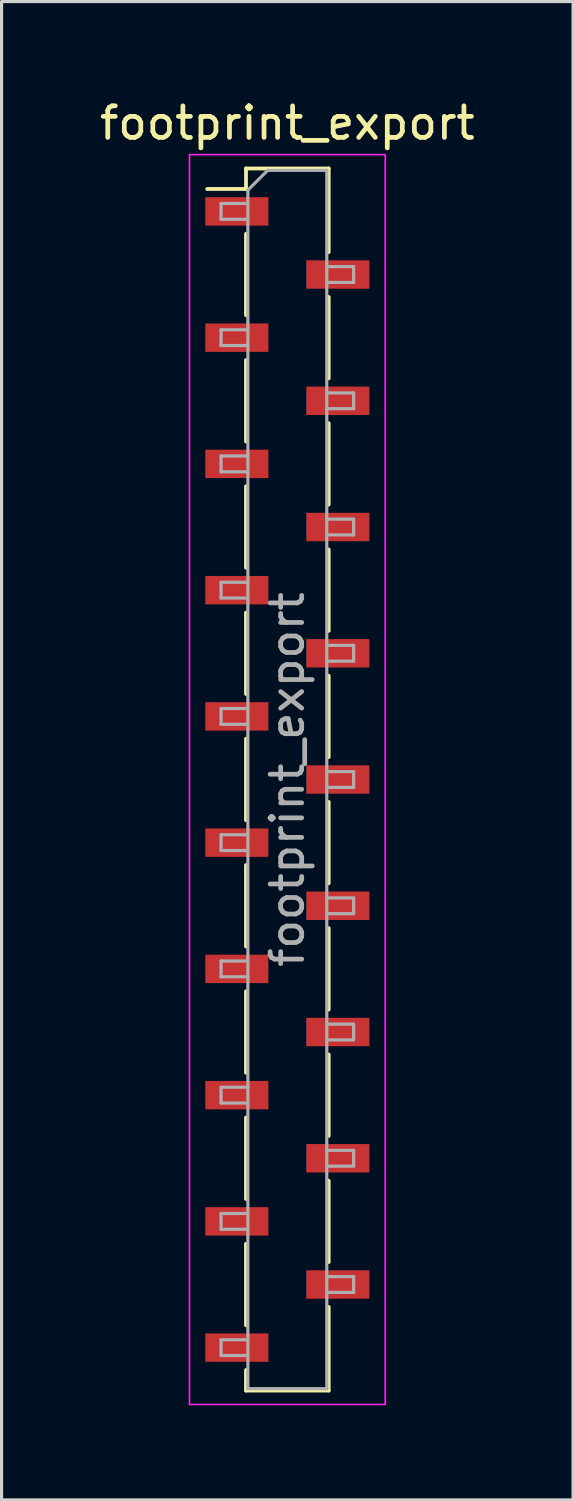
<source format=kicad_pcb>
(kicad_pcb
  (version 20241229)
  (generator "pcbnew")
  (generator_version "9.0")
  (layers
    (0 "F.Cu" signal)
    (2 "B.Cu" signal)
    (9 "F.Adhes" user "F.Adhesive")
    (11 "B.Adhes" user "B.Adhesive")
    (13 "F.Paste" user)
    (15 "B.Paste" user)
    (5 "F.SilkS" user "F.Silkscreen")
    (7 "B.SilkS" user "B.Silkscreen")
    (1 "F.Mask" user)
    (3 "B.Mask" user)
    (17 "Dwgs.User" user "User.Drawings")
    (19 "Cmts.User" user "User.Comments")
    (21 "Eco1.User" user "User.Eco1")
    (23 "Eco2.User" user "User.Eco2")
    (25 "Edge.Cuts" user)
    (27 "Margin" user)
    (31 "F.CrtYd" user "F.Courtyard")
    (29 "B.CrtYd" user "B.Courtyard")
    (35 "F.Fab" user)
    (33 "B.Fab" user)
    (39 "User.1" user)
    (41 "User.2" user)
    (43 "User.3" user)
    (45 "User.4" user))
  (footprint "footprint_export"
    (layer "F.Cu")
    (at 6.054 21.648)
    (property "Reference" "footprint_export" (at 0 -20.8 0) (layer "F.SilkS") (effects (font (size 1 1) (thickness 0.15))))
    (attr smd)
    (fp_line (start -2.54 -18.71) (end -1.31 -18.71) (stroke (width 0.12) (type solid)) (layer "F.SilkS"))
    (fp_line (start -1.31 -19.36) (end -1.31 -18.71) (stroke (width 0.12) (type solid)) (layer "F.SilkS"))
    (fp_line (start -1.31 -19.36) (end 1.31 -19.36) (stroke (width 0.12) (type solid)) (layer "F.SilkS"))
    (fp_line (start -1.31 -17.29) (end -1.31 -14.71) (stroke (width 0.12) (type solid)) (layer "F.SilkS"))
    (fp_line (start -1.31 -13.29) (end -1.31 -10.71) (stroke (width 0.12) (type solid)) (layer "F.SilkS"))
    (fp_line (start -1.31 -9.29) (end -1.31 -6.71) (stroke (width 0.12) (type solid)) (layer "F.SilkS"))
    (fp_line (start -1.31 -5.29) (end -1.31 -2.71) (stroke (width 0.12) (type solid)) (layer "F.SilkS"))
    (fp_line (start -1.31 -1.29) (end -1.31 1.29) (stroke (width 0.12) (type solid)) (layer "F.SilkS"))
    (fp_line (start -1.31 2.71) (end -1.31 5.29) (stroke (width 0.12) (type solid)) (layer "F.SilkS"))
    (fp_line (start -1.31 6.71) (end -1.31 9.29) (stroke (width 0.12) (type solid)) (layer "F.SilkS"))
    (fp_line (start -1.31 10.71) (end -1.31 13.29) (stroke (width 0.12) (type solid)) (layer "F.SilkS"))
    (fp_line (start -1.31 14.71) (end -1.31 17.29) (stroke (width 0.12) (type solid)) (layer "F.SilkS"))
    (fp_line (start -1.31 18.71) (end -1.31 19.36) (stroke (width 0.12) (type solid)) (layer "F.SilkS"))
    (fp_line (start -1.31 19.36) (end 1.31 19.36) (stroke (width 0.12) (type solid)) (layer "F.SilkS"))
    (fp_line (start 1.31 -19.36) (end 1.31 -16.71) (stroke (width 0.12) (type solid)) (layer "F.SilkS"))
    (fp_line (start 1.31 -15.29) (end 1.31 -12.71) (stroke (width 0.12) (type solid)) (layer "F.SilkS"))
    (fp_line (start 1.31 -11.29) (end 1.31 -8.71) (stroke (width 0.12) (type solid)) (layer "F.SilkS"))
    (fp_line (start 1.31 -7.29) (end 1.31 -4.71) (stroke (width 0.12) (type solid)) (layer "F.SilkS"))
    (fp_line (start 1.31 -3.29) (end 1.31 -0.71) (stroke (width 0.12) (type solid)) (layer "F.SilkS"))
    (fp_line (start 1.31 0.71) (end 1.31 3.29) (stroke (width 0.12) (type solid)) (layer "F.SilkS"))
    (fp_line (start 1.31 4.71) (end 1.31 7.29) (stroke (width 0.12) (type solid)) (layer "F.SilkS"))
    (fp_line (start 1.31 8.71) (end 1.31 11.29) (stroke (width 0.12) (type solid)) (layer "F.SilkS"))
    (fp_line (start 1.31 12.71) (end 1.31 15.29) (stroke (width 0.12) (type solid)) (layer "F.SilkS"))
    (fp_line (start 1.31 16.71) (end 1.31 19.36) (stroke (width 0.12) (type solid)) (layer "F.SilkS"))
    (fp_line (start -3.1 -19.8) (end 3.1 -19.8) (stroke (width 0.05) (type solid)) (layer "F.CrtYd"))
    (fp_line (start -3.1 19.8) (end -3.1 -19.8) (stroke (width 0.05) (type solid)) (layer "F.CrtYd"))
    (fp_line (start 3.1 -19.8) (end 3.1 19.8) (stroke (width 0.05) (type solid)) (layer "F.CrtYd"))
    (fp_line (start 3.1 19.8) (end -3.1 19.8) (stroke (width 0.05) (type solid)) (layer "F.CrtYd"))
    (fp_line (start -2.1 -18.25) (end -1.25 -18.25) (stroke (width 0.1) (type solid)) (layer "F.Fab"))
    (fp_line (start -2.1 -17.75) (end -2.1 -18.25) (stroke (width 0.1) (type solid)) (layer "F.Fab"))
    (fp_line (start -2.1 -14.25) (end -1.25 -14.25) (stroke (width 0.1) (type solid)) (layer "F.Fab"))
    (fp_line (start -2.1 -13.75) (end -2.1 -14.25) (stroke (width 0.1) (type solid)) (layer "F.Fab"))
    (fp_line (start -2.1 -10.25) (end -1.25 -10.25) (stroke (width 0.1) (type solid)) (layer "F.Fab"))
    (fp_line (start -2.1 -9.75) (end -2.1 -10.25) (stroke (width 0.1) (type solid)) (layer "F.Fab"))
    (fp_line (start -2.1 -6.25) (end -1.25 -6.25) (stroke (width 0.1) (type solid)) (layer "F.Fab"))
    (fp_line (start -2.1 -5.75) (end -2.1 -6.25) (stroke (width 0.1) (type solid)) (layer "F.Fab"))
    (fp_line (start -2.1 -2.25) (end -1.25 -2.25) (stroke (width 0.1) (type solid)) (layer "F.Fab"))
    (fp_line (start -2.1 -1.75) (end -2.1 -2.25) (stroke (width 0.1) (type solid)) (layer "F.Fab"))
    (fp_line (start -2.1 1.75) (end -1.25 1.75) (stroke (width 0.1) (type solid)) (layer "F.Fab"))
    (fp_line (start -2.1 2.25) (end -2.1 1.75) (stroke (width 0.1) (type solid)) (layer "F.Fab"))
    (fp_line (start -2.1 5.75) (end -1.25 5.75) (stroke (width 0.1) (type solid)) (layer "F.Fab"))
    (fp_line (start -2.1 6.25) (end -2.1 5.75) (stroke (width 0.1) (type solid)) (layer "F.Fab"))
    (fp_line (start -2.1 9.75) (end -1.25 9.75) (stroke (width 0.1) (type solid)) (layer "F.Fab"))
    (fp_line (start -2.1 10.25) (end -2.1 9.75) (stroke (width 0.1) (type solid)) (layer "F.Fab"))
    (fp_line (start -2.1 13.75) (end -1.25 13.75) (stroke (width 0.1) (type solid)) (layer "F.Fab"))
    (fp_line (start -2.1 14.25) (end -2.1 13.75) (stroke (width 0.1) (type solid)) (layer "F.Fab"))
    (fp_line (start -2.1 17.75) (end -1.25 17.75) (stroke (width 0.1) (type solid)) (layer "F.Fab"))
    (fp_line (start -2.1 18.25) (end -2.1 17.75) (stroke (width 0.1) (type solid)) (layer "F.Fab"))
    (fp_line (start -1.25 -18.675) (end -0.625 -19.3) (stroke (width 0.1) (type solid)) (layer "F.Fab"))
    (fp_line (start -1.25 -17.75) (end -2.1 -17.75) (stroke (width 0.1) (type solid)) (layer "F.Fab"))
    (fp_line (start -1.25 -13.75) (end -2.1 -13.75) (stroke (width 0.1) (type solid)) (layer "F.Fab"))
    (fp_line (start -1.25 -9.75) (end -2.1 -9.75) (stroke (width 0.1) (type solid)) (layer "F.Fab"))
    (fp_line (start -1.25 -5.75) (end -2.1 -5.75) (stroke (width 0.1) (type solid)) (layer "F.Fab"))
    (fp_line (start -1.25 -1.75) (end -2.1 -1.75) (stroke (width 0.1) (type solid)) (layer "F.Fab"))
    (fp_line (start -1.25 2.25) (end -2.1 2.25) (stroke (width 0.1) (type solid)) (layer "F.Fab"))
    (fp_line (start -1.25 6.25) (end -2.1 6.25) (stroke (width 0.1) (type solid)) (layer "F.Fab"))
    (fp_line (start -1.25 10.25) (end -2.1 10.25) (stroke (width 0.1) (type solid)) (layer "F.Fab"))
    (fp_line (start -1.25 14.25) (end -2.1 14.25) (stroke (width 0.1) (type solid)) (layer "F.Fab"))
    (fp_line (start -1.25 18.25) (end -2.1 18.25) (stroke (width 0.1) (type solid)) (layer "F.Fab"))
    (fp_line (start -1.25 19.3) (end -1.25 -18.675) (stroke (width 0.1) (type solid)) (layer "F.Fab"))
    (fp_line (start -0.625 -19.3) (end 1.25 -19.3) (stroke (width 0.1) (type solid)) (layer "F.Fab"))
    (fp_line (start 1.25 -19.3) (end 1.25 19.3) (stroke (width 0.1) (type solid)) (layer "F.Fab"))
    (fp_line (start 1.25 -16.25) (end 2.1 -16.25) (stroke (width 0.1) (type solid)) (layer "F.Fab"))
    (fp_line (start 1.25 -12.25) (end 2.1 -12.25) (stroke (width 0.1) (type solid)) (layer "F.Fab"))
    (fp_line (start 1.25 -8.25) (end 2.1 -8.25) (stroke (width 0.1) (type solid)) (layer "F.Fab"))
    (fp_line (start 1.25 -4.25) (end 2.1 -4.25) (stroke (width 0.1) (type solid)) (layer "F.Fab"))
    (fp_line (start 1.25 -0.25) (end 2.1 -0.25) (stroke (width 0.1) (type solid)) (layer "F.Fab"))
    (fp_line (start 1.25 3.75) (end 2.1 3.75) (stroke (width 0.1) (type solid)) (layer "F.Fab"))
    (fp_line (start 1.25 7.75) (end 2.1 7.75) (stroke (width 0.1) (type solid)) (layer "F.Fab"))
    (fp_line (start 1.25 11.75) (end 2.1 11.75) (stroke (width 0.1) (type solid)) (layer "F.Fab"))
    (fp_line (start 1.25 15.75) (end 2.1 15.75) (stroke (width 0.1) (type solid)) (layer "F.Fab"))
    (fp_line (start 1.25 19.3) (end -1.25 19.3) (stroke (width 0.1) (type solid)) (layer "F.Fab"))
    (fp_line (start 2.1 -16.25) (end 2.1 -15.75) (stroke (width 0.1) (type solid)) (layer "F.Fab"))
    (fp_line (start 2.1 -15.75) (end 1.25 -15.75) (stroke (width 0.1) (type solid)) (layer "F.Fab"))
    (fp_line (start 2.1 -12.25) (end 2.1 -11.75) (stroke (width 0.1) (type solid)) (layer "F.Fab"))
    (fp_line (start 2.1 -11.75) (end 1.25 -11.75) (stroke (width 0.1) (type solid)) (layer "F.Fab"))
    (fp_line (start 2.1 -8.25) (end 2.1 -7.75) (stroke (width 0.1) (type solid)) (layer "F.Fab"))
    (fp_line (start 2.1 -7.75) (end 1.25 -7.75) (stroke (width 0.1) (type solid)) (layer "F.Fab"))
    (fp_line (start 2.1 -4.25) (end 2.1 -3.75) (stroke (width 0.1) (type solid)) (layer "F.Fab"))
    (fp_line (start 2.1 -3.75) (end 1.25 -3.75) (stroke (width 0.1) (type solid)) (layer "F.Fab"))
    (fp_line (start 2.1 -0.25) (end 2.1 0.25) (stroke (width 0.1) (type solid)) (layer "F.Fab"))
    (fp_line (start 2.1 0.25) (end 1.25 0.25) (stroke (width 0.1) (type solid)) (layer "F.Fab"))
    (fp_line (start 2.1 3.75) (end 2.1 4.25) (stroke (width 0.1) (type solid)) (layer "F.Fab"))
    (fp_line (start 2.1 4.25) (end 1.25 4.25) (stroke (width 0.1) (type solid)) (layer "F.Fab"))
    (fp_line (start 2.1 7.75) (end 2.1 8.25) (stroke (width 0.1) (type solid)) (layer "F.Fab"))
    (fp_line (start 2.1 8.25) (end 1.25 8.25) (stroke (width 0.1) (type solid)) (layer "F.Fab"))
    (fp_line (start 2.1 11.75) (end 2.1 12.25) (stroke (width 0.1) (type solid)) (layer "F.Fab"))
    (fp_line (start 2.1 12.25) (end 1.25 12.25) (stroke (width 0.1) (type solid)) (layer "F.Fab"))
    (fp_line (start 2.1 15.75) (end 2.1 16.25) (stroke (width 0.1) (type solid)) (layer "F.Fab"))
    (fp_line (start 2.1 16.25) (end 1.25 16.25) (stroke (width 0.1) (type solid)) (layer "F.Fab"))
    (fp_text user "${REFERENCE}" (at 0 0 90) (layer "F.Fab") (effects (font (size 1 1) (thickness 0.15))))
    (pad "1" smd rect (at -1.6 -18) (size 2 0.9) (layers "F.Cu" "F.Mask" "F.Paste"))
    (pad "2" smd rect (at 1.6 -16) (size 2 0.9) (layers "F.Cu" "F.Mask" "F.Paste"))
    (pad "3" smd rect (at -1.6 -14) (size 2 0.9) (layers "F.Cu" "F.Mask" "F.Paste"))
    (pad "4" smd rect (at 1.6 -12) (size 2 0.9) (layers "F.Cu" "F.Mask" "F.Paste"))
    (pad "5" smd rect (at -1.6 -10) (size 2 0.9) (layers "F.Cu" "F.Mask" "F.Paste"))
    (pad "6" smd rect (at 1.6 -8) (size 2 0.9) (layers "F.Cu" "F.Mask" "F.Paste"))
    (pad "7" smd rect (at -1.6 -6) (size 2 0.9) (layers "F.Cu" "F.Mask" "F.Paste"))
    (pad "8" smd rect (at 1.6 -4) (size 2 0.9) (layers "F.Cu" "F.Mask" "F.Paste"))
    (pad "9" smd rect (at -1.6 -2) (size 2 0.9) (layers "F.Cu" "F.Mask" "F.Paste"))
    (pad "10" smd rect (at 1.6 0) (size 2 0.9) (layers "F.Cu" "F.Mask" "F.Paste"))
    (pad "11" smd rect (at -1.6 2) (size 2 0.9) (layers "F.Cu" "F.Mask" "F.Paste"))
    (pad "12" smd rect (at 1.6 4) (size 2 0.9) (layers "F.Cu" "F.Mask" "F.Paste"))
    (pad "13" smd rect (at -1.6 6) (size 2 0.9) (layers "F.Cu" "F.Mask" "F.Paste"))
    (pad "14" smd rect (at 1.6 8) (size 2 0.9) (layers "F.Cu" "F.Mask" "F.Paste"))
    (pad "15" smd rect (at -1.6 10) (size 2 0.9) (layers "F.Cu" "F.Mask" "F.Paste"))
    (pad "16" smd rect (at 1.6 12) (size 2 0.9) (layers "F.Cu" "F.Mask" "F.Paste"))
    (pad "17" smd rect (at -1.6 14) (size 2 0.9) (layers "F.Cu" "F.Mask" "F.Paste"))
    (pad "18" smd rect (at 1.6 16) (size 2 0.9) (layers "F.Cu" "F.Mask" "F.Paste"))
    (pad "19" smd rect (at -1.6 18) (size 2 0.9) (layers "F.Cu" "F.Mask" "F.Paste")))
  (gr_rect
    (start -3 -3)
    (end 15.107 44.473)
    (stroke (width 0.1) (type default))
    (fill no)
    (layer "Edge.Cuts")))
</source>
